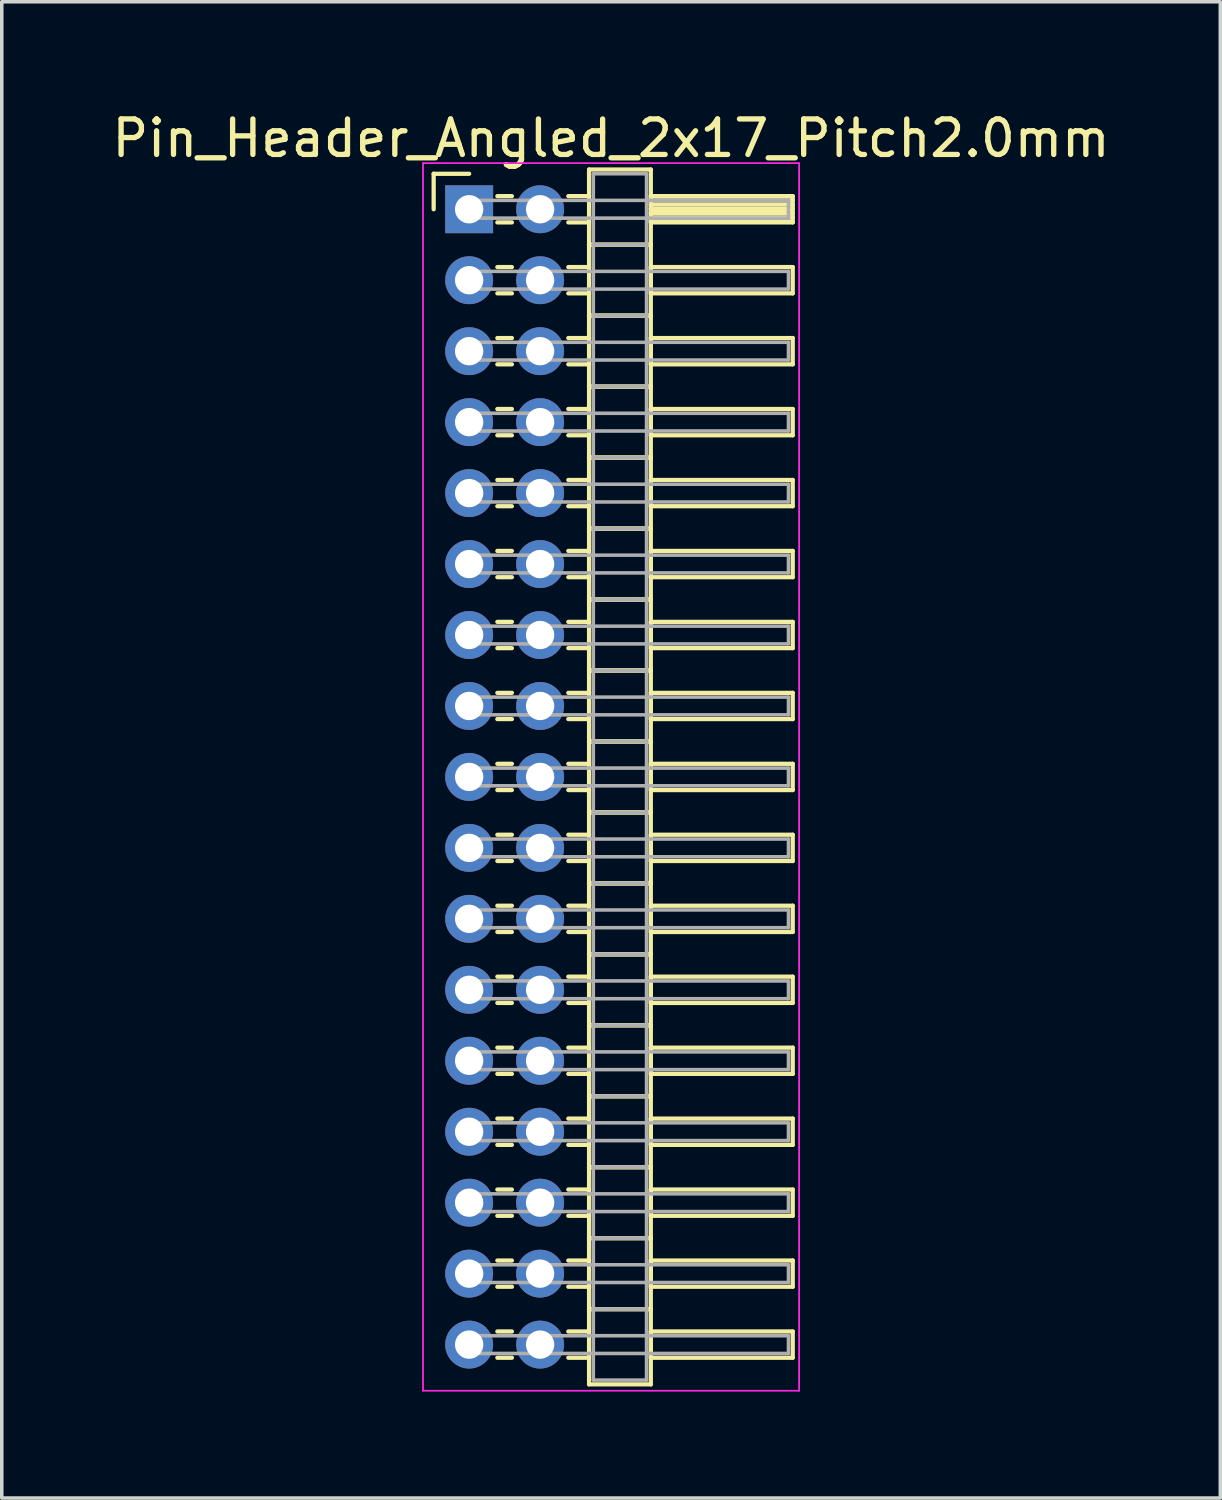
<source format=kicad_pcb>
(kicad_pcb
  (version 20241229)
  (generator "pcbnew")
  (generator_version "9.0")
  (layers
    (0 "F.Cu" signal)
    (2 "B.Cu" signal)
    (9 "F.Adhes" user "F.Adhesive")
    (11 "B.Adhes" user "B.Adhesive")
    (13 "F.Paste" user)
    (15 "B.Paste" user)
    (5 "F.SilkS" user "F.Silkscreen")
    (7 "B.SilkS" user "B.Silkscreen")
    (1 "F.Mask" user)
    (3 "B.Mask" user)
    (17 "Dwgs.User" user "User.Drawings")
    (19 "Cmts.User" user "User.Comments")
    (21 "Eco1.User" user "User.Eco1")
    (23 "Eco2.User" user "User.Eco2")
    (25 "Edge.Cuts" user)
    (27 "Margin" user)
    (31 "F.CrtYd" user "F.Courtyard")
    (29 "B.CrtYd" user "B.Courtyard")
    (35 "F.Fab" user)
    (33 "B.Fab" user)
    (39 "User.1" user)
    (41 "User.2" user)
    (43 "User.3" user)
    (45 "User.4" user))
  (footprint "Pin_Header_Angled_2x17_Pitch2.0mm"
    (layer "F.Cu")
    (at 10.173 2.848)
    (property "Reference" "Pin_Header_Angled_2x17_Pitch2.0mm" (at 4 -2 0) (layer "F.SilkS") (effects (font (size 1 1) (thickness 0.15))))
    (attr through_hole)
    (fp_line (start -1 -1) (end 0 -1) (stroke (width 0.12) (type solid)) (layer "F.SilkS"))
    (fp_line (start -1 0) (end -1 -1) (stroke (width 0.12) (type solid)) (layer "F.SilkS"))
    (fp_line (start 0.795 -0.37) (end 1.205 -0.37) (stroke (width 0.12) (type solid)) (layer "F.SilkS"))
    (fp_line (start 0.795 0.37) (end 1.205 0.37) (stroke (width 0.12) (type solid)) (layer "F.SilkS"))
    (fp_line (start 0.795 1.63) (end 1.205 1.63) (stroke (width 0.12) (type solid)) (layer "F.SilkS"))
    (fp_line (start 0.795 2.37) (end 1.205 2.37) (stroke (width 0.12) (type solid)) (layer "F.SilkS"))
    (fp_line (start 0.795 3.63) (end 1.205 3.63) (stroke (width 0.12) (type solid)) (layer "F.SilkS"))
    (fp_line (start 0.795 4.37) (end 1.205 4.37) (stroke (width 0.12) (type solid)) (layer "F.SilkS"))
    (fp_line (start 0.795 5.63) (end 1.205 5.63) (stroke (width 0.12) (type solid)) (layer "F.SilkS"))
    (fp_line (start 0.795 6.37) (end 1.205 6.37) (stroke (width 0.12) (type solid)) (layer "F.SilkS"))
    (fp_line (start 0.795 7.63) (end 1.205 7.63) (stroke (width 0.12) (type solid)) (layer "F.SilkS"))
    (fp_line (start 0.795 8.37) (end 1.205 8.37) (stroke (width 0.12) (type solid)) (layer "F.SilkS"))
    (fp_line (start 0.795 9.63) (end 1.205 9.63) (stroke (width 0.12) (type solid)) (layer "F.SilkS"))
    (fp_line (start 0.795 10.37) (end 1.205 10.37) (stroke (width 0.12) (type solid)) (layer "F.SilkS"))
    (fp_line (start 0.795 11.63) (end 1.205 11.63) (stroke (width 0.12) (type solid)) (layer "F.SilkS"))
    (fp_line (start 0.795 12.37) (end 1.205 12.37) (stroke (width 0.12) (type solid)) (layer "F.SilkS"))
    (fp_line (start 0.795 13.63) (end 1.205 13.63) (stroke (width 0.12) (type solid)) (layer "F.SilkS"))
    (fp_line (start 0.795 14.37) (end 1.205 14.37) (stroke (width 0.12) (type solid)) (layer "F.SilkS"))
    (fp_line (start 0.795 15.63) (end 1.205 15.63) (stroke (width 0.12) (type solid)) (layer "F.SilkS"))
    (fp_line (start 0.795 16.37) (end 1.205 16.37) (stroke (width 0.12) (type solid)) (layer "F.SilkS"))
    (fp_line (start 0.795 17.63) (end 1.205 17.63) (stroke (width 0.12) (type solid)) (layer "F.SilkS"))
    (fp_line (start 0.795 18.37) (end 1.205 18.37) (stroke (width 0.12) (type solid)) (layer "F.SilkS"))
    (fp_line (start 0.795 19.63) (end 1.205 19.63) (stroke (width 0.12) (type solid)) (layer "F.SilkS"))
    (fp_line (start 0.795 20.37) (end 1.205 20.37) (stroke (width 0.12) (type solid)) (layer "F.SilkS"))
    (fp_line (start 0.795 21.63) (end 1.205 21.63) (stroke (width 0.12) (type solid)) (layer "F.SilkS"))
    (fp_line (start 0.795 22.37) (end 1.205 22.37) (stroke (width 0.12) (type solid)) (layer "F.SilkS"))
    (fp_line (start 0.795 23.63) (end 1.205 23.63) (stroke (width 0.12) (type solid)) (layer "F.SilkS"))
    (fp_line (start 0.795 24.37) (end 1.205 24.37) (stroke (width 0.12) (type solid)) (layer "F.SilkS"))
    (fp_line (start 0.795 25.63) (end 1.205 25.63) (stroke (width 0.12) (type solid)) (layer "F.SilkS"))
    (fp_line (start 0.795 26.37) (end 1.205 26.37) (stroke (width 0.12) (type solid)) (layer "F.SilkS"))
    (fp_line (start 0.795 27.63) (end 1.205 27.63) (stroke (width 0.12) (type solid)) (layer "F.SilkS"))
    (fp_line (start 0.795 28.37) (end 1.205 28.37) (stroke (width 0.12) (type solid)) (layer "F.SilkS"))
    (fp_line (start 0.795 29.63) (end 1.205 29.63) (stroke (width 0.12) (type solid)) (layer "F.SilkS"))
    (fp_line (start 0.795 30.37) (end 1.205 30.37) (stroke (width 0.12) (type solid)) (layer "F.SilkS"))
    (fp_line (start 0.795 31.63) (end 1.205 31.63) (stroke (width 0.12) (type solid)) (layer "F.SilkS"))
    (fp_line (start 0.795 32.37) (end 1.205 32.37) (stroke (width 0.12) (type solid)) (layer "F.SilkS"))
    (fp_line (start 2.795 -0.37) (end 3.38 -0.37) (stroke (width 0.12) (type solid)) (layer "F.SilkS"))
    (fp_line (start 2.795 0.37) (end 3.38 0.37) (stroke (width 0.12) (type solid)) (layer "F.SilkS"))
    (fp_line (start 2.795 1.63) (end 3.38 1.63) (stroke (width 0.12) (type solid)) (layer "F.SilkS"))
    (fp_line (start 2.795 2.37) (end 3.38 2.37) (stroke (width 0.12) (type solid)) (layer "F.SilkS"))
    (fp_line (start 2.795 3.63) (end 3.38 3.63) (stroke (width 0.12) (type solid)) (layer "F.SilkS"))
    (fp_line (start 2.795 4.37) (end 3.38 4.37) (stroke (width 0.12) (type solid)) (layer "F.SilkS"))
    (fp_line (start 2.795 5.63) (end 3.38 5.63) (stroke (width 0.12) (type solid)) (layer "F.SilkS"))
    (fp_line (start 2.795 6.37) (end 3.38 6.37) (stroke (width 0.12) (type solid)) (layer "F.SilkS"))
    (fp_line (start 2.795 7.63) (end 3.38 7.63) (stroke (width 0.12) (type solid)) (layer "F.SilkS"))
    (fp_line (start 2.795 8.37) (end 3.38 8.37) (stroke (width 0.12) (type solid)) (layer "F.SilkS"))
    (fp_line (start 2.795 9.63) (end 3.38 9.63) (stroke (width 0.12) (type solid)) (layer "F.SilkS"))
    (fp_line (start 2.795 10.37) (end 3.38 10.37) (stroke (width 0.12) (type solid)) (layer "F.SilkS"))
    (fp_line (start 2.795 11.63) (end 3.38 11.63) (stroke (width 0.12) (type solid)) (layer "F.SilkS"))
    (fp_line (start 2.795 12.37) (end 3.38 12.37) (stroke (width 0.12) (type solid)) (layer "F.SilkS"))
    (fp_line (start 2.795 13.63) (end 3.38 13.63) (stroke (width 0.12) (type solid)) (layer "F.SilkS"))
    (fp_line (start 2.795 14.37) (end 3.38 14.37) (stroke (width 0.12) (type solid)) (layer "F.SilkS"))
    (fp_line (start 2.795 15.63) (end 3.38 15.63) (stroke (width 0.12) (type solid)) (layer "F.SilkS"))
    (fp_line (start 2.795 16.37) (end 3.38 16.37) (stroke (width 0.12) (type solid)) (layer "F.SilkS"))
    (fp_line (start 2.795 17.63) (end 3.38 17.63) (stroke (width 0.12) (type solid)) (layer "F.SilkS"))
    (fp_line (start 2.795 18.37) (end 3.38 18.37) (stroke (width 0.12) (type solid)) (layer "F.SilkS"))
    (fp_line (start 2.795 19.63) (end 3.38 19.63) (stroke (width 0.12) (type solid)) (layer "F.SilkS"))
    (fp_line (start 2.795 20.37) (end 3.38 20.37) (stroke (width 0.12) (type solid)) (layer "F.SilkS"))
    (fp_line (start 2.795 21.63) (end 3.38 21.63) (stroke (width 0.12) (type solid)) (layer "F.SilkS"))
    (fp_line (start 2.795 22.37) (end 3.38 22.37) (stroke (width 0.12) (type solid)) (layer "F.SilkS"))
    (fp_line (start 2.795 23.63) (end 3.38 23.63) (stroke (width 0.12) (type solid)) (layer "F.SilkS"))
    (fp_line (start 2.795 24.37) (end 3.38 24.37) (stroke (width 0.12) (type solid)) (layer "F.SilkS"))
    (fp_line (start 2.795 25.63) (end 3.38 25.63) (stroke (width 0.12) (type solid)) (layer "F.SilkS"))
    (fp_line (start 2.795 26.37) (end 3.38 26.37) (stroke (width 0.12) (type solid)) (layer "F.SilkS"))
    (fp_line (start 2.795 27.63) (end 3.38 27.63) (stroke (width 0.12) (type solid)) (layer "F.SilkS"))
    (fp_line (start 2.795 28.37) (end 3.38 28.37) (stroke (width 0.12) (type solid)) (layer "F.SilkS"))
    (fp_line (start 2.795 29.63) (end 3.38 29.63) (stroke (width 0.12) (type solid)) (layer "F.SilkS"))
    (fp_line (start 2.795 30.37) (end 3.38 30.37) (stroke (width 0.12) (type solid)) (layer "F.SilkS"))
    (fp_line (start 2.795 31.63) (end 3.38 31.63) (stroke (width 0.12) (type solid)) (layer "F.SilkS"))
    (fp_line (start 2.795 32.37) (end 3.38 32.37) (stroke (width 0.12) (type solid)) (layer "F.SilkS"))
    (fp_line (start 3.38 -1.12) (end 3.38 1) (stroke (width 0.12) (type solid)) (layer "F.SilkS"))
    (fp_line (start 3.38 1) (end 3.38 3) (stroke (width 0.12) (type solid)) (layer "F.SilkS"))
    (fp_line (start 3.38 1) (end 5.12 1) (stroke (width 0.12) (type solid)) (layer "F.SilkS"))
    (fp_line (start 3.38 3) (end 3.38 5) (stroke (width 0.12) (type solid)) (layer "F.SilkS"))
    (fp_line (start 3.38 3) (end 5.12 3) (stroke (width 0.12) (type solid)) (layer "F.SilkS"))
    (fp_line (start 3.38 5) (end 3.38 7) (stroke (width 0.12) (type solid)) (layer "F.SilkS"))
    (fp_line (start 3.38 5) (end 5.12 5) (stroke (width 0.12) (type solid)) (layer "F.SilkS"))
    (fp_line (start 3.38 7) (end 3.38 9) (stroke (width 0.12) (type solid)) (layer "F.SilkS"))
    (fp_line (start 3.38 7) (end 5.12 7) (stroke (width 0.12) (type solid)) (layer "F.SilkS"))
    (fp_line (start 3.38 9) (end 3.38 11) (stroke (width 0.12) (type solid)) (layer "F.SilkS"))
    (fp_line (start 3.38 9) (end 5.12 9) (stroke (width 0.12) (type solid)) (layer "F.SilkS"))
    (fp_line (start 3.38 11) (end 3.38 13) (stroke (width 0.12) (type solid)) (layer "F.SilkS"))
    (fp_line (start 3.38 11) (end 5.12 11) (stroke (width 0.12) (type solid)) (layer "F.SilkS"))
    (fp_line (start 3.38 13) (end 3.38 15) (stroke (width 0.12) (type solid)) (layer "F.SilkS"))
    (fp_line (start 3.38 13) (end 5.12 13) (stroke (width 0.12) (type solid)) (layer "F.SilkS"))
    (fp_line (start 3.38 15) (end 3.38 17) (stroke (width 0.12) (type solid)) (layer "F.SilkS"))
    (fp_line (start 3.38 15) (end 5.12 15) (stroke (width 0.12) (type solid)) (layer "F.SilkS"))
    (fp_line (start 3.38 17) (end 3.38 19) (stroke (width 0.12) (type solid)) (layer "F.SilkS"))
    (fp_line (start 3.38 17) (end 5.12 17) (stroke (width 0.12) (type solid)) (layer "F.SilkS"))
    (fp_line (start 3.38 19) (end 3.38 21) (stroke (width 0.12) (type solid)) (layer "F.SilkS"))
    (fp_line (start 3.38 19) (end 5.12 19) (stroke (width 0.12) (type solid)) (layer "F.SilkS"))
    (fp_line (start 3.38 21) (end 3.38 23) (stroke (width 0.12) (type solid)) (layer "F.SilkS"))
    (fp_line (start 3.38 21) (end 5.12 21) (stroke (width 0.12) (type solid)) (layer "F.SilkS"))
    (fp_line (start 3.38 23) (end 3.38 25) (stroke (width 0.12) (type solid)) (layer "F.SilkS"))
    (fp_line (start 3.38 23) (end 5.12 23) (stroke (width 0.12) (type solid)) (layer "F.SilkS"))
    (fp_line (start 3.38 25) (end 3.38 27) (stroke (width 0.12) (type solid)) (layer "F.SilkS"))
    (fp_line (start 3.38 25) (end 5.12 25) (stroke (width 0.12) (type solid)) (layer "F.SilkS"))
    (fp_line (start 3.38 27) (end 3.38 29) (stroke (width 0.12) (type solid)) (layer "F.SilkS"))
    (fp_line (start 3.38 27) (end 5.12 27) (stroke (width 0.12) (type solid)) (layer "F.SilkS"))
    (fp_line (start 3.38 29) (end 3.38 31) (stroke (width 0.12) (type solid)) (layer "F.SilkS"))
    (fp_line (start 3.38 29) (end 5.12 29) (stroke (width 0.12) (type solid)) (layer "F.SilkS"))
    (fp_line (start 3.38 31) (end 3.38 33.12) (stroke (width 0.12) (type solid)) (layer "F.SilkS"))
    (fp_line (start 3.38 31) (end 5.12 31) (stroke (width 0.12) (type solid)) (layer "F.SilkS"))
    (fp_line (start 3.38 33.12) (end 5.12 33.12) (stroke (width 0.12) (type solid)) (layer "F.SilkS"))
    (fp_line (start 5.12 -1.12) (end 3.38 -1.12) (stroke (width 0.12) (type solid)) (layer "F.SilkS"))
    (fp_line (start 5.12 -0.37) (end 5.12 0.37) (stroke (width 0.12) (type solid)) (layer "F.SilkS"))
    (fp_line (start 5.12 -0.25) (end 9.12 -0.25) (stroke (width 0.12) (type solid)) (layer "F.SilkS"))
    (fp_line (start 5.12 -0.13) (end 9.12 -0.13) (stroke (width 0.12) (type solid)) (layer "F.SilkS"))
    (fp_line (start 5.12 -0.01) (end 9.12 -0.01) (stroke (width 0.12) (type solid)) (layer "F.SilkS"))
    (fp_line (start 5.12 0.11) (end 9.12 0.11) (stroke (width 0.12) (type solid)) (layer "F.SilkS"))
    (fp_line (start 5.12 0.23) (end 9.12 0.23) (stroke (width 0.12) (type solid)) (layer "F.SilkS"))
    (fp_line (start 5.12 0.35) (end 9.12 0.35) (stroke (width 0.12) (type solid)) (layer "F.SilkS"))
    (fp_line (start 5.12 0.37) (end 9.12 0.37) (stroke (width 0.12) (type solid)) (layer "F.SilkS"))
    (fp_line (start 5.12 1) (end 3.38 1) (stroke (width 0.12) (type solid)) (layer "F.SilkS"))
    (fp_line (start 5.12 1) (end 5.12 -1.12) (stroke (width 0.12) (type solid)) (layer "F.SilkS"))
    (fp_line (start 5.12 1.63) (end 5.12 2.37) (stroke (width 0.12) (type solid)) (layer "F.SilkS"))
    (fp_line (start 5.12 2.37) (end 9.12 2.37) (stroke (width 0.12) (type solid)) (layer "F.SilkS"))
    (fp_line (start 5.12 3) (end 3.38 3) (stroke (width 0.12) (type solid)) (layer "F.SilkS"))
    (fp_line (start 5.12 3) (end 5.12 1) (stroke (width 0.12) (type solid)) (layer "F.SilkS"))
    (fp_line (start 5.12 3.63) (end 5.12 4.37) (stroke (width 0.12) (type solid)) (layer "F.SilkS"))
    (fp_line (start 5.12 4.37) (end 9.12 4.37) (stroke (width 0.12) (type solid)) (layer "F.SilkS"))
    (fp_line (start 5.12 5) (end 3.38 5) (stroke (width 0.12) (type solid)) (layer "F.SilkS"))
    (fp_line (start 5.12 5) (end 5.12 3) (stroke (width 0.12) (type solid)) (layer "F.SilkS"))
    (fp_line (start 5.12 5.63) (end 5.12 6.37) (stroke (width 0.12) (type solid)) (layer "F.SilkS"))
    (fp_line (start 5.12 6.37) (end 9.12 6.37) (stroke (width 0.12) (type solid)) (layer "F.SilkS"))
    (fp_line (start 5.12 7) (end 3.38 7) (stroke (width 0.12) (type solid)) (layer "F.SilkS"))
    (fp_line (start 5.12 7) (end 5.12 5) (stroke (width 0.12) (type solid)) (layer "F.SilkS"))
    (fp_line (start 5.12 7.63) (end 5.12 8.37) (stroke (width 0.12) (type solid)) (layer "F.SilkS"))
    (fp_line (start 5.12 8.37) (end 9.12 8.37) (stroke (width 0.12) (type solid)) (layer "F.SilkS"))
    (fp_line (start 5.12 9) (end 3.38 9) (stroke (width 0.12) (type solid)) (layer "F.SilkS"))
    (fp_line (start 5.12 9) (end 5.12 7) (stroke (width 0.12) (type solid)) (layer "F.SilkS"))
    (fp_line (start 5.12 9.63) (end 5.12 10.37) (stroke (width 0.12) (type solid)) (layer "F.SilkS"))
    (fp_line (start 5.12 10.37) (end 9.12 10.37) (stroke (width 0.12) (type solid)) (layer "F.SilkS"))
    (fp_line (start 5.12 11) (end 3.38 11) (stroke (width 0.12) (type solid)) (layer "F.SilkS"))
    (fp_line (start 5.12 11) (end 5.12 9) (stroke (width 0.12) (type solid)) (layer "F.SilkS"))
    (fp_line (start 5.12 11.63) (end 5.12 12.37) (stroke (width 0.12) (type solid)) (layer "F.SilkS"))
    (fp_line (start 5.12 12.37) (end 9.12 12.37) (stroke (width 0.12) (type solid)) (layer "F.SilkS"))
    (fp_line (start 5.12 13) (end 3.38 13) (stroke (width 0.12) (type solid)) (layer "F.SilkS"))
    (fp_line (start 5.12 13) (end 5.12 11) (stroke (width 0.12) (type solid)) (layer "F.SilkS"))
    (fp_line (start 5.12 13.63) (end 5.12 14.37) (stroke (width 0.12) (type solid)) (layer "F.SilkS"))
    (fp_line (start 5.12 14.37) (end 9.12 14.37) (stroke (width 0.12) (type solid)) (layer "F.SilkS"))
    (fp_line (start 5.12 15) (end 3.38 15) (stroke (width 0.12) (type solid)) (layer "F.SilkS"))
    (fp_line (start 5.12 15) (end 5.12 13) (stroke (width 0.12) (type solid)) (layer "F.SilkS"))
    (fp_line (start 5.12 15.63) (end 5.12 16.37) (stroke (width 0.12) (type solid)) (layer "F.SilkS"))
    (fp_line (start 5.12 16.37) (end 9.12 16.37) (stroke (width 0.12) (type solid)) (layer "F.SilkS"))
    (fp_line (start 5.12 17) (end 3.38 17) (stroke (width 0.12) (type solid)) (layer "F.SilkS"))
    (fp_line (start 5.12 17) (end 5.12 15) (stroke (width 0.12) (type solid)) (layer "F.SilkS"))
    (fp_line (start 5.12 17.63) (end 5.12 18.37) (stroke (width 0.12) (type solid)) (layer "F.SilkS"))
    (fp_line (start 5.12 18.37) (end 9.12 18.37) (stroke (width 0.12) (type solid)) (layer "F.SilkS"))
    (fp_line (start 5.12 19) (end 3.38 19) (stroke (width 0.12) (type solid)) (layer "F.SilkS"))
    (fp_line (start 5.12 19) (end 5.12 17) (stroke (width 0.12) (type solid)) (layer "F.SilkS"))
    (fp_line (start 5.12 19.63) (end 5.12 20.37) (stroke (width 0.12) (type solid)) (layer "F.SilkS"))
    (fp_line (start 5.12 20.37) (end 9.12 20.37) (stroke (width 0.12) (type solid)) (layer "F.SilkS"))
    (fp_line (start 5.12 21) (end 3.38 21) (stroke (width 0.12) (type solid)) (layer "F.SilkS"))
    (fp_line (start 5.12 21) (end 5.12 19) (stroke (width 0.12) (type solid)) (layer "F.SilkS"))
    (fp_line (start 5.12 21.63) (end 5.12 22.37) (stroke (width 0.12) (type solid)) (layer "F.SilkS"))
    (fp_line (start 5.12 22.37) (end 9.12 22.37) (stroke (width 0.12) (type solid)) (layer "F.SilkS"))
    (fp_line (start 5.12 23) (end 3.38 23) (stroke (width 0.12) (type solid)) (layer "F.SilkS"))
    (fp_line (start 5.12 23) (end 5.12 21) (stroke (width 0.12) (type solid)) (layer "F.SilkS"))
    (fp_line (start 5.12 23.63) (end 5.12 24.37) (stroke (width 0.12) (type solid)) (layer "F.SilkS"))
    (fp_line (start 5.12 24.37) (end 9.12 24.37) (stroke (width 0.12) (type solid)) (layer "F.SilkS"))
    (fp_line (start 5.12 25) (end 3.38 25) (stroke (width 0.12) (type solid)) (layer "F.SilkS"))
    (fp_line (start 5.12 25) (end 5.12 23) (stroke (width 0.12) (type solid)) (layer "F.SilkS"))
    (fp_line (start 5.12 25.63) (end 5.12 26.37) (stroke (width 0.12) (type solid)) (layer "F.SilkS"))
    (fp_line (start 5.12 26.37) (end 9.12 26.37) (stroke (width 0.12) (type solid)) (layer "F.SilkS"))
    (fp_line (start 5.12 27) (end 3.38 27) (stroke (width 0.12) (type solid)) (layer "F.SilkS"))
    (fp_line (start 5.12 27) (end 5.12 25) (stroke (width 0.12) (type solid)) (layer "F.SilkS"))
    (fp_line (start 5.12 27.63) (end 5.12 28.37) (stroke (width 0.12) (type solid)) (layer "F.SilkS"))
    (fp_line (start 5.12 28.37) (end 9.12 28.37) (stroke (width 0.12) (type solid)) (layer "F.SilkS"))
    (fp_line (start 5.12 29) (end 3.38 29) (stroke (width 0.12) (type solid)) (layer "F.SilkS"))
    (fp_line (start 5.12 29) (end 5.12 27) (stroke (width 0.12) (type solid)) (layer "F.SilkS"))
    (fp_line (start 5.12 29.63) (end 5.12 30.37) (stroke (width 0.12) (type solid)) (layer "F.SilkS"))
    (fp_line (start 5.12 30.37) (end 9.12 30.37) (stroke (width 0.12) (type solid)) (layer "F.SilkS"))
    (fp_line (start 5.12 31) (end 3.38 31) (stroke (width 0.12) (type solid)) (layer "F.SilkS"))
    (fp_line (start 5.12 31) (end 5.12 29) (stroke (width 0.12) (type solid)) (layer "F.SilkS"))
    (fp_line (start 5.12 31.63) (end 5.12 32.37) (stroke (width 0.12) (type solid)) (layer "F.SilkS"))
    (fp_line (start 5.12 32.37) (end 9.12 32.37) (stroke (width 0.12) (type solid)) (layer "F.SilkS"))
    (fp_line (start 5.12 33.12) (end 5.12 31) (stroke (width 0.12) (type solid)) (layer "F.SilkS"))
    (fp_line (start 9.12 -0.37) (end 5.12 -0.37) (stroke (width 0.12) (type solid)) (layer "F.SilkS"))
    (fp_line (start 9.12 0.37) (end 9.12 -0.37) (stroke (width 0.12) (type solid)) (layer "F.SilkS"))
    (fp_line (start 9.12 1.63) (end 5.12 1.63) (stroke (width 0.12) (type solid)) (layer "F.SilkS"))
    (fp_line (start 9.12 2.37) (end 9.12 1.63) (stroke (width 0.12) (type solid)) (layer "F.SilkS"))
    (fp_line (start 9.12 3.63) (end 5.12 3.63) (stroke (width 0.12) (type solid)) (layer "F.SilkS"))
    (fp_line (start 9.12 4.37) (end 9.12 3.63) (stroke (width 0.12) (type solid)) (layer "F.SilkS"))
    (fp_line (start 9.12 5.63) (end 5.12 5.63) (stroke (width 0.12) (type solid)) (layer "F.SilkS"))
    (fp_line (start 9.12 6.37) (end 9.12 5.63) (stroke (width 0.12) (type solid)) (layer "F.SilkS"))
    (fp_line (start 9.12 7.63) (end 5.12 7.63) (stroke (width 0.12) (type solid)) (layer "F.SilkS"))
    (fp_line (start 9.12 8.37) (end 9.12 7.63) (stroke (width 0.12) (type solid)) (layer "F.SilkS"))
    (fp_line (start 9.12 9.63) (end 5.12 9.63) (stroke (width 0.12) (type solid)) (layer "F.SilkS"))
    (fp_line (start 9.12 10.37) (end 9.12 9.63) (stroke (width 0.12) (type solid)) (layer "F.SilkS"))
    (fp_line (start 9.12 11.63) (end 5.12 11.63) (stroke (width 0.12) (type solid)) (layer "F.SilkS"))
    (fp_line (start 9.12 12.37) (end 9.12 11.63) (stroke (width 0.12) (type solid)) (layer "F.SilkS"))
    (fp_line (start 9.12 13.63) (end 5.12 13.63) (stroke (width 0.12) (type solid)) (layer "F.SilkS"))
    (fp_line (start 9.12 14.37) (end 9.12 13.63) (stroke (width 0.12) (type solid)) (layer "F.SilkS"))
    (fp_line (start 9.12 15.63) (end 5.12 15.63) (stroke (width 0.12) (type solid)) (layer "F.SilkS"))
    (fp_line (start 9.12 16.37) (end 9.12 15.63) (stroke (width 0.12) (type solid)) (layer "F.SilkS"))
    (fp_line (start 9.12 17.63) (end 5.12 17.63) (stroke (width 0.12) (type solid)) (layer "F.SilkS"))
    (fp_line (start 9.12 18.37) (end 9.12 17.63) (stroke (width 0.12) (type solid)) (layer "F.SilkS"))
    (fp_line (start 9.12 19.63) (end 5.12 19.63) (stroke (width 0.12) (type solid)) (layer "F.SilkS"))
    (fp_line (start 9.12 20.37) (end 9.12 19.63) (stroke (width 0.12) (type solid)) (layer "F.SilkS"))
    (fp_line (start 9.12 21.63) (end 5.12 21.63) (stroke (width 0.12) (type solid)) (layer "F.SilkS"))
    (fp_line (start 9.12 22.37) (end 9.12 21.63) (stroke (width 0.12) (type solid)) (layer "F.SilkS"))
    (fp_line (start 9.12 23.63) (end 5.12 23.63) (stroke (width 0.12) (type solid)) (layer "F.SilkS"))
    (fp_line (start 9.12 24.37) (end 9.12 23.63) (stroke (width 0.12) (type solid)) (layer "F.SilkS"))
    (fp_line (start 9.12 25.63) (end 5.12 25.63) (stroke (width 0.12) (type solid)) (layer "F.SilkS"))
    (fp_line (start 9.12 26.37) (end 9.12 25.63) (stroke (width 0.12) (type solid)) (layer "F.SilkS"))
    (fp_line (start 9.12 27.63) (end 5.12 27.63) (stroke (width 0.12) (type solid)) (layer "F.SilkS"))
    (fp_line (start 9.12 28.37) (end 9.12 27.63) (stroke (width 0.12) (type solid)) (layer "F.SilkS"))
    (fp_line (start 9.12 29.63) (end 5.12 29.63) (stroke (width 0.12) (type solid)) (layer "F.SilkS"))
    (fp_line (start 9.12 30.37) (end 9.12 29.63) (stroke (width 0.12) (type solid)) (layer "F.SilkS"))
    (fp_line (start 9.12 31.63) (end 5.12 31.63) (stroke (width 0.12) (type solid)) (layer "F.SilkS"))
    (fp_line (start 9.12 32.37) (end 9.12 31.63) (stroke (width 0.12) (type solid)) (layer "F.SilkS"))
    (fp_line (start -1.3 -1.3) (end -1.3 33.3) (stroke (width 0.05) (type solid)) (layer "F.CrtYd"))
    (fp_line (start -1.3 33.3) (end 9.3 33.3) (stroke (width 0.05) (type solid)) (layer "F.CrtYd"))
    (fp_line (start 9.3 -1.3) (end -1.3 -1.3) (stroke (width 0.05) (type solid)) (layer "F.CrtYd"))
    (fp_line (start 9.3 33.3) (end 9.3 -1.3) (stroke (width 0.05) (type solid)) (layer "F.CrtYd"))
    (fp_line (start 0 -0.25) (end 0 0.25) (stroke (width 0.1) (type solid)) (layer "F.Fab"))
    (fp_line (start 0 0.25) (end 9 0.25) (stroke (width 0.1) (type solid)) (layer "F.Fab"))
    (fp_line (start 0 1.75) (end 0 2.25) (stroke (width 0.1) (type solid)) (layer "F.Fab"))
    (fp_line (start 0 2.25) (end 9 2.25) (stroke (width 0.1) (type solid)) (layer "F.Fab"))
    (fp_line (start 0 3.75) (end 0 4.25) (stroke (width 0.1) (type solid)) (layer "F.Fab"))
    (fp_line (start 0 4.25) (end 9 4.25) (stroke (width 0.1) (type solid)) (layer "F.Fab"))
    (fp_line (start 0 5.75) (end 0 6.25) (stroke (width 0.1) (type solid)) (layer "F.Fab"))
    (fp_line (start 0 6.25) (end 9 6.25) (stroke (width 0.1) (type solid)) (layer "F.Fab"))
    (fp_line (start 0 7.75) (end 0 8.25) (stroke (width 0.1) (type solid)) (layer "F.Fab"))
    (fp_line (start 0 8.25) (end 9 8.25) (stroke (width 0.1) (type solid)) (layer "F.Fab"))
    (fp_line (start 0 9.75) (end 0 10.25) (stroke (width 0.1) (type solid)) (layer "F.Fab"))
    (fp_line (start 0 10.25) (end 9 10.25) (stroke (width 0.1) (type solid)) (layer "F.Fab"))
    (fp_line (start 0 11.75) (end 0 12.25) (stroke (width 0.1) (type solid)) (layer "F.Fab"))
    (fp_line (start 0 12.25) (end 9 12.25) (stroke (width 0.1) (type solid)) (layer "F.Fab"))
    (fp_line (start 0 13.75) (end 0 14.25) (stroke (width 0.1) (type solid)) (layer "F.Fab"))
    (fp_line (start 0 14.25) (end 9 14.25) (stroke (width 0.1) (type solid)) (layer "F.Fab"))
    (fp_line (start 0 15.75) (end 0 16.25) (stroke (width 0.1) (type solid)) (layer "F.Fab"))
    (fp_line (start 0 16.25) (end 9 16.25) (stroke (width 0.1) (type solid)) (layer "F.Fab"))
    (fp_line (start 0 17.75) (end 0 18.25) (stroke (width 0.1) (type solid)) (layer "F.Fab"))
    (fp_line (start 0 18.25) (end 9 18.25) (stroke (width 0.1) (type solid)) (layer "F.Fab"))
    (fp_line (start 0 19.75) (end 0 20.25) (stroke (width 0.1) (type solid)) (layer "F.Fab"))
    (fp_line (start 0 20.25) (end 9 20.25) (stroke (width 0.1) (type solid)) (layer "F.Fab"))
    (fp_line (start 0 21.75) (end 0 22.25) (stroke (width 0.1) (type solid)) (layer "F.Fab"))
    (fp_line (start 0 22.25) (end 9 22.25) (stroke (width 0.1) (type solid)) (layer "F.Fab"))
    (fp_line (start 0 23.75) (end 0 24.25) (stroke (width 0.1) (type solid)) (layer "F.Fab"))
    (fp_line (start 0 24.25) (end 9 24.25) (stroke (width 0.1) (type solid)) (layer "F.Fab"))
    (fp_line (start 0 25.75) (end 0 26.25) (stroke (width 0.1) (type solid)) (layer "F.Fab"))
    (fp_line (start 0 26.25) (end 9 26.25) (stroke (width 0.1) (type solid)) (layer "F.Fab"))
    (fp_line (start 0 27.75) (end 0 28.25) (stroke (width 0.1) (type solid)) (layer "F.Fab"))
    (fp_line (start 0 28.25) (end 9 28.25) (stroke (width 0.1) (type solid)) (layer "F.Fab"))
    (fp_line (start 0 29.75) (end 0 30.25) (stroke (width 0.1) (type solid)) (layer "F.Fab"))
    (fp_line (start 0 30.25) (end 9 30.25) (stroke (width 0.1) (type solid)) (layer "F.Fab"))
    (fp_line (start 0 31.75) (end 0 32.25) (stroke (width 0.1) (type solid)) (layer "F.Fab"))
    (fp_line (start 0 32.25) (end 9 32.25) (stroke (width 0.1) (type solid)) (layer "F.Fab"))
    (fp_line (start 3.5 -1) (end 3.5 1) (stroke (width 0.1) (type solid)) (layer "F.Fab"))
    (fp_line (start 3.5 1) (end 3.5 3) (stroke (width 0.1) (type solid)) (layer "F.Fab"))
    (fp_line (start 3.5 1) (end 5 1) (stroke (width 0.1) (type solid)) (layer "F.Fab"))
    (fp_line (start 3.5 3) (end 3.5 5) (stroke (width 0.1) (type solid)) (layer "F.Fab"))
    (fp_line (start 3.5 3) (end 5 3) (stroke (width 0.1) (type solid)) (layer "F.Fab"))
    (fp_line (start 3.5 5) (end 3.5 7) (stroke (width 0.1) (type solid)) (layer "F.Fab"))
    (fp_line (start 3.5 5) (end 5 5) (stroke (width 0.1) (type solid)) (layer "F.Fab"))
    (fp_line (start 3.5 7) (end 3.5 9) (stroke (width 0.1) (type solid)) (layer "F.Fab"))
    (fp_line (start 3.5 7) (end 5 7) (stroke (width 0.1) (type solid)) (layer "F.Fab"))
    (fp_line (start 3.5 9) (end 3.5 11) (stroke (width 0.1) (type solid)) (layer "F.Fab"))
    (fp_line (start 3.5 9) (end 5 9) (stroke (width 0.1) (type solid)) (layer "F.Fab"))
    (fp_line (start 3.5 11) (end 3.5 13) (stroke (width 0.1) (type solid)) (layer "F.Fab"))
    (fp_line (start 3.5 11) (end 5 11) (stroke (width 0.1) (type solid)) (layer "F.Fab"))
    (fp_line (start 3.5 13) (end 3.5 15) (stroke (width 0.1) (type solid)) (layer "F.Fab"))
    (fp_line (start 3.5 13) (end 5 13) (stroke (width 0.1) (type solid)) (layer "F.Fab"))
    (fp_line (start 3.5 15) (end 3.5 17) (stroke (width 0.1) (type solid)) (layer "F.Fab"))
    (fp_line (start 3.5 15) (end 5 15) (stroke (width 0.1) (type solid)) (layer "F.Fab"))
    (fp_line (start 3.5 17) (end 3.5 19) (stroke (width 0.1) (type solid)) (layer "F.Fab"))
    (fp_line (start 3.5 17) (end 5 17) (stroke (width 0.1) (type solid)) (layer "F.Fab"))
    (fp_line (start 3.5 19) (end 3.5 21) (stroke (width 0.1) (type solid)) (layer "F.Fab"))
    (fp_line (start 3.5 19) (end 5 19) (stroke (width 0.1) (type solid)) (layer "F.Fab"))
    (fp_line (start 3.5 21) (end 3.5 23) (stroke (width 0.1) (type solid)) (layer "F.Fab"))
    (fp_line (start 3.5 21) (end 5 21) (stroke (width 0.1) (type solid)) (layer "F.Fab"))
    (fp_line (start 3.5 23) (end 3.5 25) (stroke (width 0.1) (type solid)) (layer "F.Fab"))
    (fp_line (start 3.5 23) (end 5 23) (stroke (width 0.1) (type solid)) (layer "F.Fab"))
    (fp_line (start 3.5 25) (end 3.5 27) (stroke (width 0.1) (type solid)) (layer "F.Fab"))
    (fp_line (start 3.5 25) (end 5 25) (stroke (width 0.1) (type solid)) (layer "F.Fab"))
    (fp_line (start 3.5 27) (end 3.5 29) (stroke (width 0.1) (type solid)) (layer "F.Fab"))
    (fp_line (start 3.5 27) (end 5 27) (stroke (width 0.1) (type solid)) (layer "F.Fab"))
    (fp_line (start 3.5 29) (end 3.5 31) (stroke (width 0.1) (type solid)) (layer "F.Fab"))
    (fp_line (start 3.5 29) (end 5 29) (stroke (width 0.1) (type solid)) (layer "F.Fab"))
    (fp_line (start 3.5 31) (end 3.5 33) (stroke (width 0.1) (type solid)) (layer "F.Fab"))
    (fp_line (start 3.5 31) (end 5 31) (stroke (width 0.1) (type solid)) (layer "F.Fab"))
    (fp_line (start 3.5 33) (end 5 33) (stroke (width 0.1) (type solid)) (layer "F.Fab"))
    (fp_line (start 5 -1) (end 3.5 -1) (stroke (width 0.1) (type solid)) (layer "F.Fab"))
    (fp_line (start 5 1) (end 3.5 1) (stroke (width 0.1) (type solid)) (layer "F.Fab"))
    (fp_line (start 5 1) (end 5 -1) (stroke (width 0.1) (type solid)) (layer "F.Fab"))
    (fp_line (start 5 3) (end 3.5 3) (stroke (width 0.1) (type solid)) (layer "F.Fab"))
    (fp_line (start 5 3) (end 5 1) (stroke (width 0.1) (type solid)) (layer "F.Fab"))
    (fp_line (start 5 5) (end 3.5 5) (stroke (width 0.1) (type solid)) (layer "F.Fab"))
    (fp_line (start 5 5) (end 5 3) (stroke (width 0.1) (type solid)) (layer "F.Fab"))
    (fp_line (start 5 7) (end 3.5 7) (stroke (width 0.1) (type solid)) (layer "F.Fab"))
    (fp_line (start 5 7) (end 5 5) (stroke (width 0.1) (type solid)) (layer "F.Fab"))
    (fp_line (start 5 9) (end 3.5 9) (stroke (width 0.1) (type solid)) (layer "F.Fab"))
    (fp_line (start 5 9) (end 5 7) (stroke (width 0.1) (type solid)) (layer "F.Fab"))
    (fp_line (start 5 11) (end 3.5 11) (stroke (width 0.1) (type solid)) (layer "F.Fab"))
    (fp_line (start 5 11) (end 5 9) (stroke (width 0.1) (type solid)) (layer "F.Fab"))
    (fp_line (start 5 13) (end 3.5 13) (stroke (width 0.1) (type solid)) (layer "F.Fab"))
    (fp_line (start 5 13) (end 5 11) (stroke (width 0.1) (type solid)) (layer "F.Fab"))
    (fp_line (start 5 15) (end 3.5 15) (stroke (width 0.1) (type solid)) (layer "F.Fab"))
    (fp_line (start 5 15) (end 5 13) (stroke (width 0.1) (type solid)) (layer "F.Fab"))
    (fp_line (start 5 17) (end 3.5 17) (stroke (width 0.1) (type solid)) (layer "F.Fab"))
    (fp_line (start 5 17) (end 5 15) (stroke (width 0.1) (type solid)) (layer "F.Fab"))
    (fp_line (start 5 19) (end 3.5 19) (stroke (width 0.1) (type solid)) (layer "F.Fab"))
    (fp_line (start 5 19) (end 5 17) (stroke (width 0.1) (type solid)) (layer "F.Fab"))
    (fp_line (start 5 21) (end 3.5 21) (stroke (width 0.1) (type solid)) (layer "F.Fab"))
    (fp_line (start 5 21) (end 5 19) (stroke (width 0.1) (type solid)) (layer "F.Fab"))
    (fp_line (start 5 23) (end 3.5 23) (stroke (width 0.1) (type solid)) (layer "F.Fab"))
    (fp_line (start 5 23) (end 5 21) (stroke (width 0.1) (type solid)) (layer "F.Fab"))
    (fp_line (start 5 25) (end 3.5 25) (stroke (width 0.1) (type solid)) (layer "F.Fab"))
    (fp_line (start 5 25) (end 5 23) (stroke (width 0.1) (type solid)) (layer "F.Fab"))
    (fp_line (start 5 27) (end 3.5 27) (stroke (width 0.1) (type solid)) (layer "F.Fab"))
    (fp_line (start 5 27) (end 5 25) (stroke (width 0.1) (type solid)) (layer "F.Fab"))
    (fp_line (start 5 29) (end 3.5 29) (stroke (width 0.1) (type solid)) (layer "F.Fab"))
    (fp_line (start 5 29) (end 5 27) (stroke (width 0.1) (type solid)) (layer "F.Fab"))
    (fp_line (start 5 31) (end 3.5 31) (stroke (width 0.1) (type solid)) (layer "F.Fab"))
    (fp_line (start 5 31) (end 5 29) (stroke (width 0.1) (type solid)) (layer "F.Fab"))
    (fp_line (start 5 33) (end 5 31) (stroke (width 0.1) (type solid)) (layer "F.Fab"))
    (fp_line (start 9 -0.25) (end 0 -0.25) (stroke (width 0.1) (type solid)) (layer "F.Fab"))
    (fp_line (start 9 0.25) (end 9 -0.25) (stroke (width 0.1) (type solid)) (layer "F.Fab"))
    (fp_line (start 9 1.75) (end 0 1.75) (stroke (width 0.1) (type solid)) (layer "F.Fab"))
    (fp_line (start 9 2.25) (end 9 1.75) (stroke (width 0.1) (type solid)) (layer "F.Fab"))
    (fp_line (start 9 3.75) (end 0 3.75) (stroke (width 0.1) (type solid)) (layer "F.Fab"))
    (fp_line (start 9 4.25) (end 9 3.75) (stroke (width 0.1) (type solid)) (layer "F.Fab"))
    (fp_line (start 9 5.75) (end 0 5.75) (stroke (width 0.1) (type solid)) (layer "F.Fab"))
    (fp_line (start 9 6.25) (end 9 5.75) (stroke (width 0.1) (type solid)) (layer "F.Fab"))
    (fp_line (start 9 7.75) (end 0 7.75) (stroke (width 0.1) (type solid)) (layer "F.Fab"))
    (fp_line (start 9 8.25) (end 9 7.75) (stroke (width 0.1) (type solid)) (layer "F.Fab"))
    (fp_line (start 9 9.75) (end 0 9.75) (stroke (width 0.1) (type solid)) (layer "F.Fab"))
    (fp_line (start 9 10.25) (end 9 9.75) (stroke (width 0.1) (type solid)) (layer "F.Fab"))
    (fp_line (start 9 11.75) (end 0 11.75) (stroke (width 0.1) (type solid)) (layer "F.Fab"))
    (fp_line (start 9 12.25) (end 9 11.75) (stroke (width 0.1) (type solid)) (layer "F.Fab"))
    (fp_line (start 9 13.75) (end 0 13.75) (stroke (width 0.1) (type solid)) (layer "F.Fab"))
    (fp_line (start 9 14.25) (end 9 13.75) (stroke (width 0.1) (type solid)) (layer "F.Fab"))
    (fp_line (start 9 15.75) (end 0 15.75) (stroke (width 0.1) (type solid)) (layer "F.Fab"))
    (fp_line (start 9 16.25) (end 9 15.75) (stroke (width 0.1) (type solid)) (layer "F.Fab"))
    (fp_line (start 9 17.75) (end 0 17.75) (stroke (width 0.1) (type solid)) (layer "F.Fab"))
    (fp_line (start 9 18.25) (end 9 17.75) (stroke (width 0.1) (type solid)) (layer "F.Fab"))
    (fp_line (start 9 19.75) (end 0 19.75) (stroke (width 0.1) (type solid)) (layer "F.Fab"))
    (fp_line (start 9 20.25) (end 9 19.75) (stroke (width 0.1) (type solid)) (layer "F.Fab"))
    (fp_line (start 9 21.75) (end 0 21.75) (stroke (width 0.1) (type solid)) (layer "F.Fab"))
    (fp_line (start 9 22.25) (end 9 21.75) (stroke (width 0.1) (type solid)) (layer "F.Fab"))
    (fp_line (start 9 23.75) (end 0 23.75) (stroke (width 0.1) (type solid)) (layer "F.Fab"))
    (fp_line (start 9 24.25) (end 9 23.75) (stroke (width 0.1) (type solid)) (layer "F.Fab"))
    (fp_line (start 9 25.75) (end 0 25.75) (stroke (width 0.1) (type solid)) (layer "F.Fab"))
    (fp_line (start 9 26.25) (end 9 25.75) (stroke (width 0.1) (type solid)) (layer "F.Fab"))
    (fp_line (start 9 27.75) (end 0 27.75) (stroke (width 0.1) (type solid)) (layer "F.Fab"))
    (fp_line (start 9 28.25) (end 9 27.75) (stroke (width 0.1) (type solid)) (layer "F.Fab"))
    (fp_line (start 9 29.75) (end 0 29.75) (stroke (width 0.1) (type solid)) (layer "F.Fab"))
    (fp_line (start 9 30.25) (end 9 29.75) (stroke (width 0.1) (type solid)) (layer "F.Fab"))
    (fp_line (start 9 31.75) (end 0 31.75) (stroke (width 0.1) (type solid)) (layer "F.Fab"))
    (fp_line (start 9 32.25) (end 9 31.75) (stroke (width 0.1) (type solid)) (layer "F.Fab"))
    (pad "1" thru_hole rect (at 0 0) (size 1.35 1.35) (drill 0.8) (layers "*.Cu" "*.Mask"))
    (pad "2" thru_hole oval (at 2 0) (size 1.35 1.35) (drill 0.8) (layers "*.Cu" "*.Mask"))
    (pad "3" thru_hole oval (at 0 2) (size 1.35 1.35) (drill 0.8) (layers "*.Cu" "*.Mask"))
    (pad "4" thru_hole oval (at 2 2) (size 1.35 1.35) (drill 0.8) (layers "*.Cu" "*.Mask"))
    (pad "5" thru_hole oval (at 0 4) (size 1.35 1.35) (drill 0.8) (layers "*.Cu" "*.Mask"))
    (pad "6" thru_hole oval (at 2 4) (size 1.35 1.35) (drill 0.8) (layers "*.Cu" "*.Mask"))
    (pad "7" thru_hole oval (at 0 6) (size 1.35 1.35) (drill 0.8) (layers "*.Cu" "*.Mask"))
    (pad "8" thru_hole oval (at 2 6) (size 1.35 1.35) (drill 0.8) (layers "*.Cu" "*.Mask"))
    (pad "9" thru_hole oval (at 0 8) (size 1.35 1.35) (drill 0.8) (layers "*.Cu" "*.Mask"))
    (pad "10" thru_hole oval (at 2 8) (size 1.35 1.35) (drill 0.8) (layers "*.Cu" "*.Mask"))
    (pad "11" thru_hole oval (at 0 10) (size 1.35 1.35) (drill 0.8) (layers "*.Cu" "*.Mask"))
    (pad "12" thru_hole oval (at 2 10) (size 1.35 1.35) (drill 0.8) (layers "*.Cu" "*.Mask"))
    (pad "13" thru_hole oval (at 0 12) (size 1.35 1.35) (drill 0.8) (layers "*.Cu" "*.Mask"))
    (pad "14" thru_hole oval (at 2 12) (size 1.35 1.35) (drill 0.8) (layers "*.Cu" "*.Mask"))
    (pad "15" thru_hole oval (at 0 14) (size 1.35 1.35) (drill 0.8) (layers "*.Cu" "*.Mask"))
    (pad "16" thru_hole oval (at 2 14) (size 1.35 1.35) (drill 0.8) (layers "*.Cu" "*.Mask"))
    (pad "17" thru_hole oval (at 0 16) (size 1.35 1.35) (drill 0.8) (layers "*.Cu" "*.Mask"))
    (pad "18" thru_hole oval (at 2 16) (size 1.35 1.35) (drill 0.8) (layers "*.Cu" "*.Mask"))
    (pad "19" thru_hole oval (at 0 18) (size 1.35 1.35) (drill 0.8) (layers "*.Cu" "*.Mask"))
    (pad "20" thru_hole oval (at 2 18) (size 1.35 1.35) (drill 0.8) (layers "*.Cu" "*.Mask"))
    (pad "21" thru_hole oval (at 0 20) (size 1.35 1.35) (drill 0.8) (layers "*.Cu" "*.Mask"))
    (pad "22" thru_hole oval (at 2 20) (size 1.35 1.35) (drill 0.8) (layers "*.Cu" "*.Mask"))
    (pad "23" thru_hole oval (at 0 22) (size 1.35 1.35) (drill 0.8) (layers "*.Cu" "*.Mask"))
    (pad "24" thru_hole oval (at 2 22) (size 1.35 1.35) (drill 0.8) (layers "*.Cu" "*.Mask"))
    (pad "25" thru_hole oval (at 0 24) (size 1.35 1.35) (drill 0.8) (layers "*.Cu" "*.Mask"))
    (pad "26" thru_hole oval (at 2 24) (size 1.35 1.35) (drill 0.8) (layers "*.Cu" "*.Mask"))
    (pad "27" thru_hole oval (at 0 26) (size 1.35 1.35) (drill 0.8) (layers "*.Cu" "*.Mask"))
    (pad "28" thru_hole oval (at 2 26) (size 1.35 1.35) (drill 0.8) (layers "*.Cu" "*.Mask"))
    (pad "29" thru_hole oval (at 0 28) (size 1.35 1.35) (drill 0.8) (layers "*.Cu" "*.Mask"))
    (pad "30" thru_hole oval (at 2 28) (size 1.35 1.35) (drill 0.8) (layers "*.Cu" "*.Mask"))
    (pad "31" thru_hole oval (at 0 30) (size 1.35 1.35) (drill 0.8) (layers "*.Cu" "*.Mask"))
    (pad "32" thru_hole oval (at 2 30) (size 1.35 1.35) (drill 0.8) (layers "*.Cu" "*.Mask"))
    (pad "33" thru_hole oval (at 0 32) (size 1.35 1.35) (drill 0.8) (layers "*.Cu" "*.Mask"))
    (pad "34" thru_hole oval (at 2 32) (size 1.35 1.35) (drill 0.8) (layers "*.Cu" "*.Mask")))
  (gr_rect
    (start -3 -3)
    (end 31.345 39.173)
    (stroke (width 0.1) (type default))
    (fill no)
    (layer "Edge.Cuts")))
</source>
